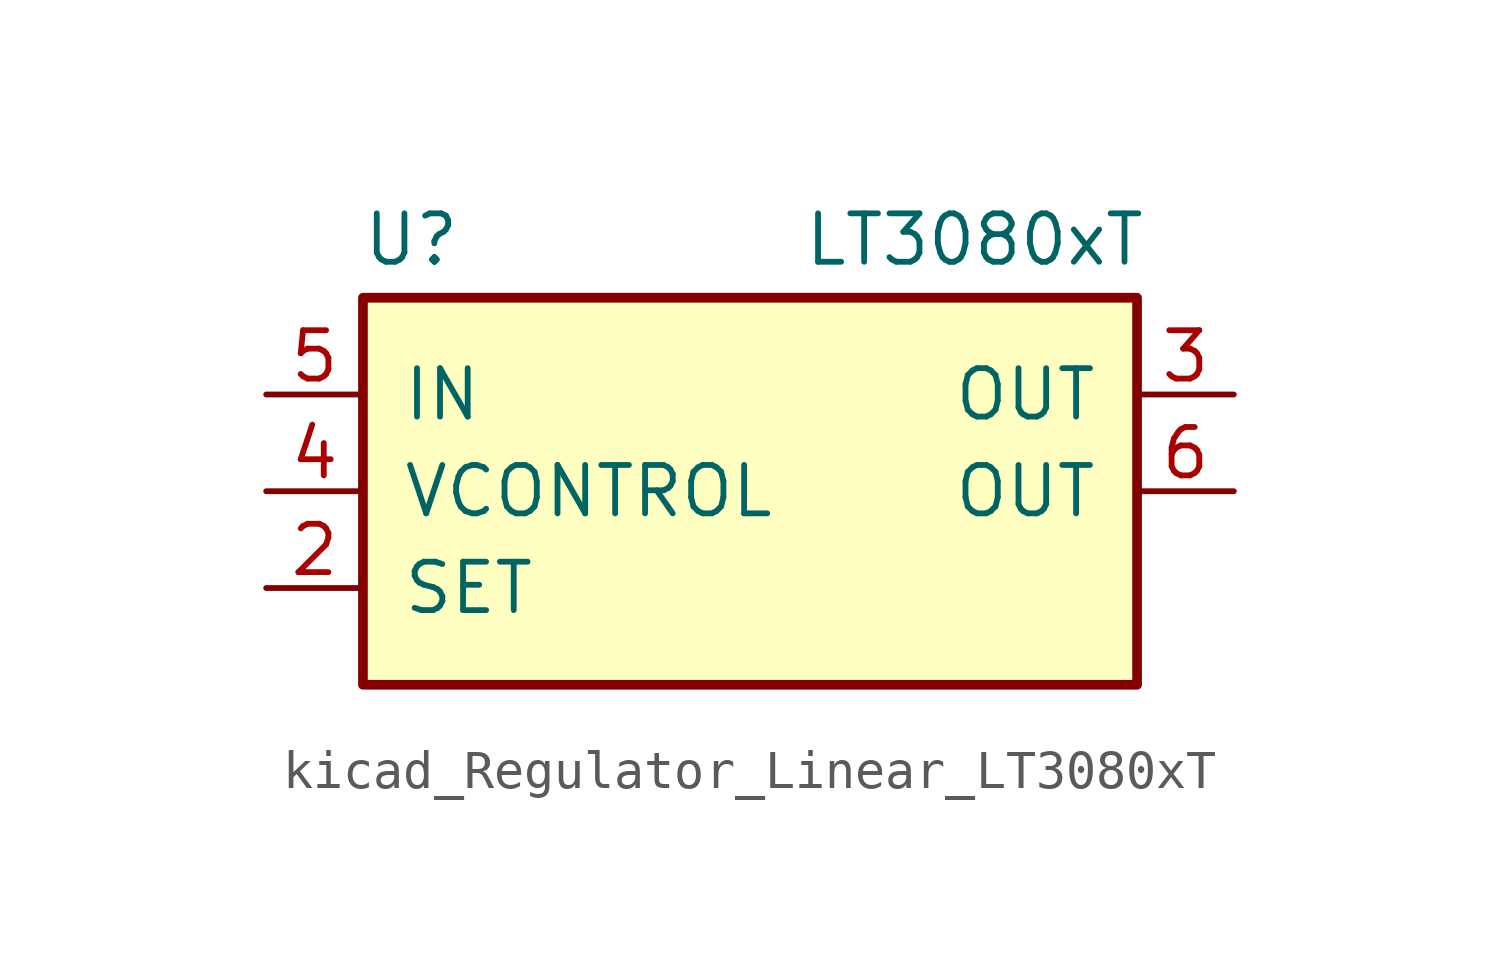
<source format=kicad_sym>
(kicad_symbol_lib
  (version 20220914)
  (generator kicad_symbol_editor)
  (symbol "kicad_Regulator_Linear_LT3080xT"
    (pin_names
      (offset 1.016))
    (property "Reference" "U"
      (at -8.89 6.604 0)
      (effects (font (size 1.27 1.27))))
    (property "Value" "LT3080xT"
      (at 10.414 6.604 0)
      (effects (font (size 1.27 1.27)) (justify right)))
    (symbol "kicad_Regulator_Linear_LT3080xT_0_1"
      (rectangle (start -10.16 5.08) (end 10.16 -5.08) (stroke (width 0.254) (type default)) (fill (type background))))
    (symbol "kicad_Regulator_Linear_LT3080xT_1_1"
      (pin no_connect line (at 10.16 -2.54 180) (length 2.54) hide (name "NC" (effects (font (size 1.27 1.27)))) (number "1" (effects (font (size 1.27 1.27)))))
      (pin input line (at -12.7 -2.54 0) (length 2.54) (name "SET" (effects (font (size 1.27 1.27)))) (number "2" (effects (font (size 1.27 1.27)))))
      (pin power_out line (at 12.7 2.54 180) (length 2.54) (name "OUT" (effects (font (size 1.27 1.27)))) (number "3" (effects (font (size 1.27 1.27)))))
      (pin input line (at -12.7 0 0) (length 2.54) (name "VCONTROL" (effects (font (size 1.27 1.27)))) (number "4" (effects (font (size 1.27 1.27)))))
      (pin power_in line (at -12.7 2.54 0) (length 2.54) (name "IN" (effects (font (size 1.27 1.27)))) (number "5" (effects (font (size 1.27 1.27)))))
      (pin power_out line (at 12.7 0 180) (length 2.54) (name "OUT" (effects (font (size 1.27 1.27)))) (number "6" (effects (font (size 1.27 1.27))))))))
</source>
